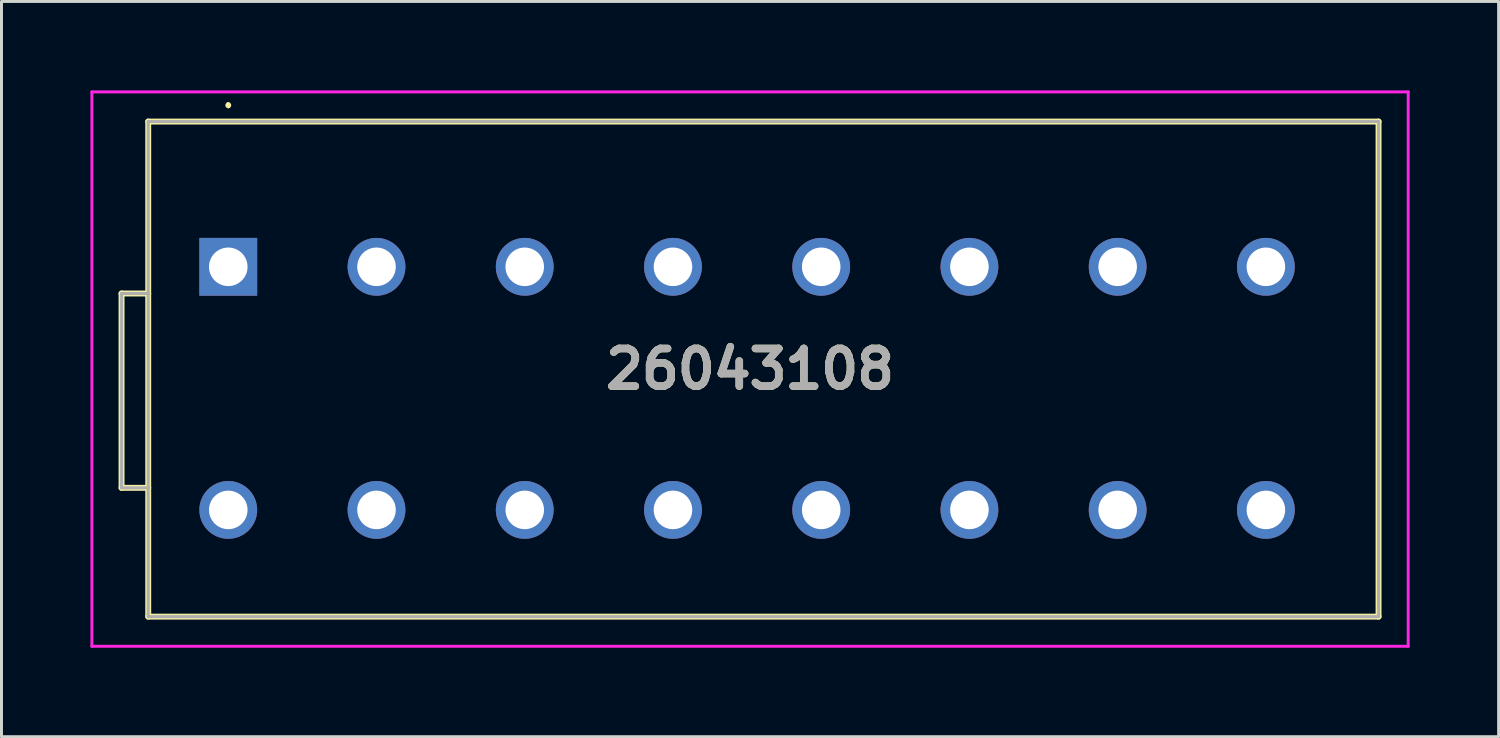
<source format=kicad_pcb>
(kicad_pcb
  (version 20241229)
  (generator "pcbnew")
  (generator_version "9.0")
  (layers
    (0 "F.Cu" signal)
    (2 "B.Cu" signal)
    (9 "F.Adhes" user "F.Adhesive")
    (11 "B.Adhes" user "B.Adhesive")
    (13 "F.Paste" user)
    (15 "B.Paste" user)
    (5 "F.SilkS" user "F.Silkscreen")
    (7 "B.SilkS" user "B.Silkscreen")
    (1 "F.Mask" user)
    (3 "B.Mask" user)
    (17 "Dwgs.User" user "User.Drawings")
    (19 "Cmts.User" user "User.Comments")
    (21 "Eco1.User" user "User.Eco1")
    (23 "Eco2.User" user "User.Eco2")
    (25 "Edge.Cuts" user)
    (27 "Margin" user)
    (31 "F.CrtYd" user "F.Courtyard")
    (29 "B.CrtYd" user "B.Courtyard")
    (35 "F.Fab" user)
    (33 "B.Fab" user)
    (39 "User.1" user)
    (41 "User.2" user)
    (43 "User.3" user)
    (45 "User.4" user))
  (footprint "26043108"
    (layer "F.Cu")
    (at 4.65 5.95)
    (property "Reference" "26043108" (at 17.6 3.45 0) (layer "F.SilkS") (effects (font (size 1.27 1.27) (thickness 0.254))))
    (attr through_hole)
    (fp_line (start -3.6 0.9) (end -3.6 7.455) (stroke (width 0.2) (type solid)) (layer "F.SilkS"))
    (fp_line (start -3.6 7.455) (end -2.7 7.455) (stroke (width 0.2) (type solid)) (layer "F.SilkS"))
    (fp_line (start -2.7 -4.9) (end 38.8 -4.9) (stroke (width 0.2) (type solid)) (layer "F.SilkS"))
    (fp_line (start -2.7 0.9) (end -3.6 0.9) (stroke (width 0.2) (type solid)) (layer "F.SilkS"))
    (fp_line (start -2.7 11.8) (end -2.7 -4.9) (stroke (width 0.2) (type solid)) (layer "F.SilkS"))
    (fp_line (start 0 -5.5) (end 0 -5.5) (stroke (width 0.1) (type solid)) (layer "F.SilkS"))
    (fp_line (start 0 -5.4) (end 0 -5.4) (stroke (width 0.1) (type solid)) (layer "F.SilkS"))
    (fp_line (start 38.8 -4.9) (end 38.8 11.8) (stroke (width 0.2) (type solid)) (layer "F.SilkS"))
    (fp_line (start 38.8 11.8) (end -2.7 11.8) (stroke (width 0.2) (type solid)) (layer "F.SilkS"))
    (fp_arc (start 0 -5.5) (mid 0.05 -5.45) (end 0 -5.4) (stroke (width 0.1) (type solid)) (layer "F.SilkS"))
    (fp_arc (start 0 -5.4) (mid -0.05 -5.45) (end 0 -5.5) (stroke (width 0.1) (type solid)) (layer "F.SilkS"))
    (fp_line (start -4.6 -5.9) (end 39.8 -5.9) (stroke (width 0.1) (type solid)) (layer "F.CrtYd"))
    (fp_line (start -4.6 12.8) (end -4.6 -5.9) (stroke (width 0.1) (type solid)) (layer "F.CrtYd"))
    (fp_line (start 39.8 -5.9) (end 39.8 12.8) (stroke (width 0.1) (type solid)) (layer "F.CrtYd"))
    (fp_line (start 39.8 12.8) (end -4.6 12.8) (stroke (width 0.1) (type solid)) (layer "F.CrtYd"))
    (fp_line (start -3.6 0.9) (end -3.6 7.455) (stroke (width 0.1) (type solid)) (layer "F.Fab"))
    (fp_line (start -3.6 7.455) (end -2.7 7.455) (stroke (width 0.1) (type solid)) (layer "F.Fab"))
    (fp_line (start -2.7 -4.9) (end 38.8 -4.9) (stroke (width 0.1) (type solid)) (layer "F.Fab"))
    (fp_line (start -2.7 0.9) (end -3.6 0.9) (stroke (width 0.1) (type solid)) (layer "F.Fab"))
    (fp_line (start -2.7 11.8) (end -2.7 -4.9) (stroke (width 0.1) (type solid)) (layer "F.Fab"))
    (fp_line (start 38.8 -4.9) (end 38.8 11.8) (stroke (width 0.1) (type solid)) (layer "F.Fab"))
    (fp_line (start 38.8 11.8) (end -2.7 11.8) (stroke (width 0.1) (type solid)) (layer "F.Fab"))
    (fp_text user "${REFERENCE}" (at 17.6 3.45 0) (layer "F.Fab") (effects (font (size 1.27 1.27) (thickness 0.254))))
    (pad "1" thru_hole rect (at 0 0) (size 1.95 1.95) (drill 1.3) (layers "*.Cu" "*.Mask"))
    (pad "2" thru_hole circle (at 0 8.2) (size 1.95 1.95) (drill 1.3) (layers "*.Cu" "*.Mask"))
    (pad "3" thru_hole circle (at 5 0) (size 1.95 1.95) (drill 1.3) (layers "*.Cu" "*.Mask"))
    (pad "4" thru_hole circle (at 5 8.2) (size 1.95 1.95) (drill 1.3) (layers "*.Cu" "*.Mask"))
    (pad "5" thru_hole circle (at 10 0) (size 1.95 1.95) (drill 1.3) (layers "*.Cu" "*.Mask"))
    (pad "6" thru_hole circle (at 10 8.2) (size 1.95 1.95) (drill 1.3) (layers "*.Cu" "*.Mask"))
    (pad "7" thru_hole circle (at 15 0) (size 1.95 1.95) (drill 1.3) (layers "*.Cu" "*.Mask"))
    (pad "8" thru_hole circle (at 15 8.2) (size 1.95 1.95) (drill 1.3) (layers "*.Cu" "*.Mask"))
    (pad "9" thru_hole circle (at 20 0) (size 1.95 1.95) (drill 1.3) (layers "*.Cu" "*.Mask"))
    (pad "10" thru_hole circle (at 20 8.2) (size 1.95 1.95) (drill 1.3) (layers "*.Cu" "*.Mask"))
    (pad "11" thru_hole circle (at 25 0) (size 1.95 1.95) (drill 1.3) (layers "*.Cu" "*.Mask"))
    (pad "12" thru_hole circle (at 25 8.2) (size 1.95 1.95) (drill 1.3) (layers "*.Cu" "*.Mask"))
    (pad "13" thru_hole circle (at 30 0) (size 1.95 1.95) (drill 1.3) (layers "*.Cu" "*.Mask"))
    (pad "14" thru_hole circle (at 30 8.2) (size 1.95 1.95) (drill 1.3) (layers "*.Cu" "*.Mask"))
    (pad "15" thru_hole circle (at 35 0) (size 1.95 1.95) (drill 1.3) (layers "*.Cu" "*.Mask"))
    (pad "16" thru_hole circle (at 35 8.2) (size 1.95 1.95) (drill 1.3) (layers "*.Cu" "*.Mask")))
  (gr_rect
    (start -3 -3)
    (end 47.5 21.8)
    (stroke (width 0.1) (type default))
    (fill no)
    (layer "Edge.Cuts")))
</source>
